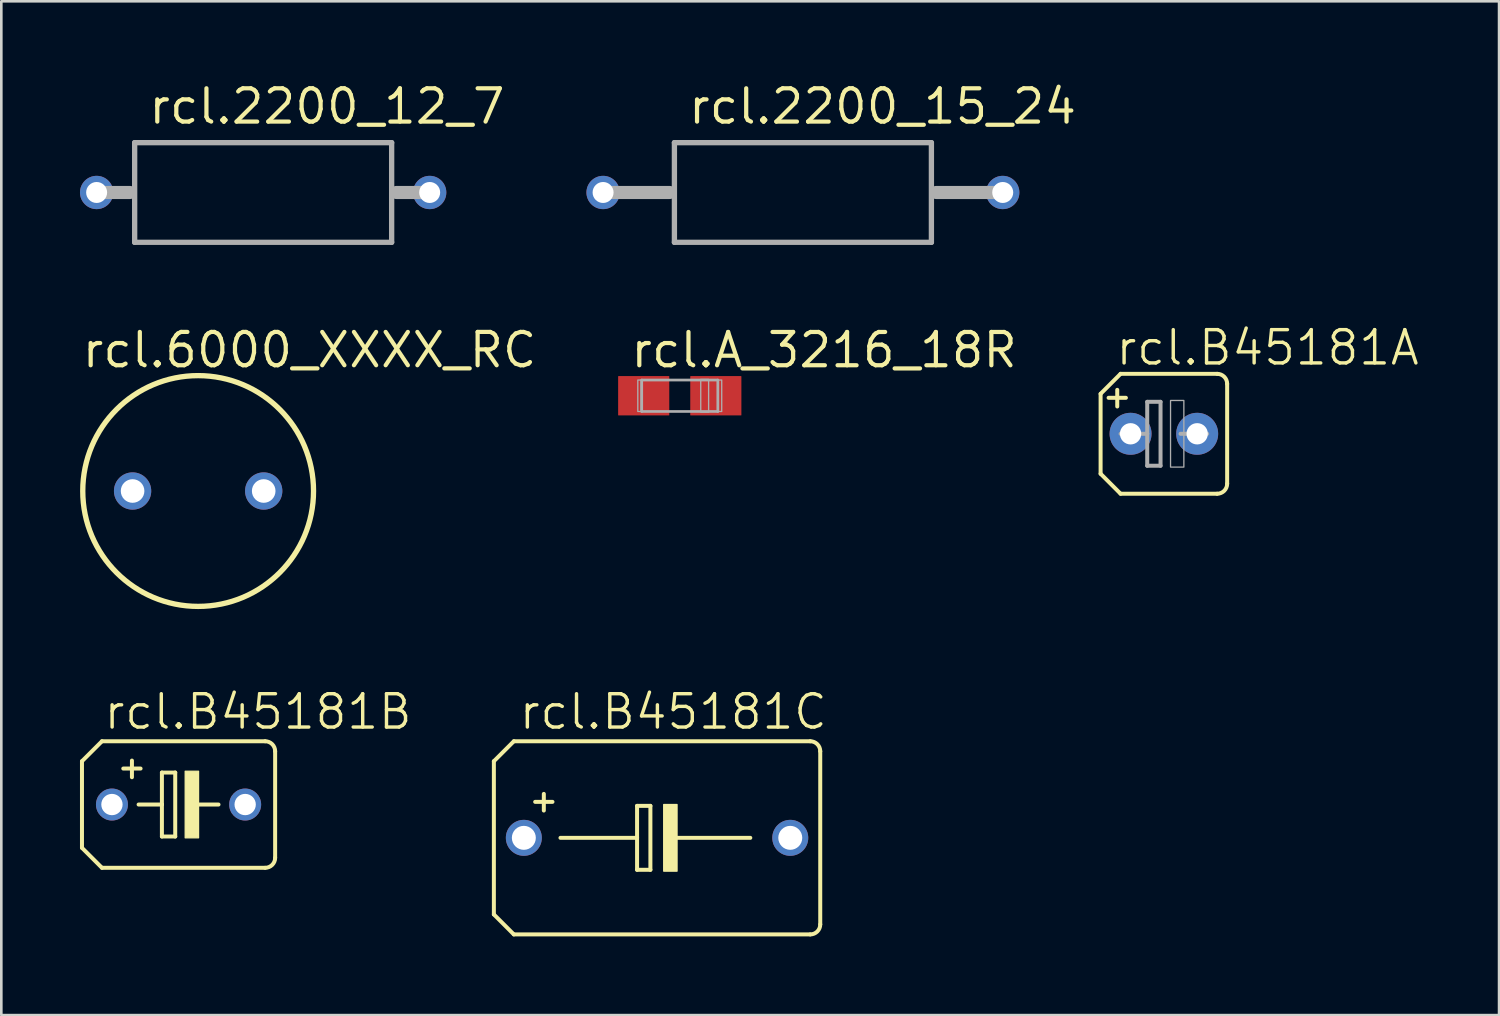
<source format=kicad_pcb>
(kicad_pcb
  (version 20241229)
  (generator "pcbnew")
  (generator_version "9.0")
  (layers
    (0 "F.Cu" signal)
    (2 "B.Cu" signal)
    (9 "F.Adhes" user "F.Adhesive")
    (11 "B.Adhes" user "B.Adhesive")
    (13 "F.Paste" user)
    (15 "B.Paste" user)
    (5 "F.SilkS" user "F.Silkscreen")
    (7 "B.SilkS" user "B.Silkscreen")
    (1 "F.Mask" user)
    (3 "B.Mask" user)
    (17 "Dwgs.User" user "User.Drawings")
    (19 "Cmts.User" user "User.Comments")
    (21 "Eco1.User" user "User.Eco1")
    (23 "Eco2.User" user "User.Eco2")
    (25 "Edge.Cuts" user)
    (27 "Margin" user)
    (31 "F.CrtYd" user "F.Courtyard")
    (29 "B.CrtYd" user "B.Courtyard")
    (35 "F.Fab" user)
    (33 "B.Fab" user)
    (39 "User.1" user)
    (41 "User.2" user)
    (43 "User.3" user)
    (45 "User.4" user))
  (footprint "rcl.B45181C"
    (layer "F.Cu")
    (at 22.006 28.9)
    (property "Reference" "rcl.B45181C" (at -5.334 -4.064 0) (layer "F.SilkS") (effects (font (size 1.27 1.27) (thickness 0.13)) (justify left bottom)))
    (attr through_hole)
    (fp_line (start -6.223 -2.921) (end -6.223 2.921) (stroke (width 0.152) (type default)) (layer "F.SilkS"))
    (fp_line (start -6.223 -2.921) (end -5.461 -3.683) (stroke (width 0.152) (type default)) (layer "F.SilkS"))
    (fp_line (start -5.461 3.683) (end -6.223 2.921) (stroke (width 0.152) (type default)) (layer "F.SilkS"))
    (fp_line (start -5.461 3.683) (end 5.842 3.683) (stroke (width 0.152) (type default)) (layer "F.SilkS"))
    (fp_line (start -4.318 -1.676) (end -4.318 -1.041) (stroke (width 0.152) (type default)) (layer "F.SilkS"))
    (fp_line (start -3.988 -1.372) (end -4.648 -1.372) (stroke (width 0.152) (type default)) (layer "F.SilkS"))
    (fp_line (start -3.683 0) (end -0.762 0) (stroke (width 0.152) (type default)) (layer "F.SilkS"))
    (fp_line (start -0.762 -1.219) (end -0.762 0) (stroke (width 0.152) (type default)) (layer "F.SilkS"))
    (fp_line (start -0.762 0) (end -0.762 1.219) (stroke (width 0.152) (type default)) (layer "F.SilkS"))
    (fp_line (start -0.762 1.219) (end -0.254 1.219) (stroke (width 0.152) (type default)) (layer "F.SilkS"))
    (fp_line (start -0.254 -1.219) (end -0.762 -1.219) (stroke (width 0.152) (type default)) (layer "F.SilkS"))
    (fp_line (start -0.254 1.219) (end -0.254 -1.219) (stroke (width 0.152) (type default)) (layer "F.SilkS"))
    (fp_line (start 0.635 0) (end 3.556 0) (stroke (width 0.152) (type default)) (layer "F.SilkS"))
    (fp_line (start 5.842 -3.683) (end -5.461 -3.683) (stroke (width 0.152) (type default)) (layer "F.SilkS"))
    (fp_line (start 6.223 -3.302) (end 6.223 3.302) (stroke (width 0.152) (type default)) (layer "F.SilkS"))
    (fp_rect (start 0.254 1.27) (end 0.762 -1.27) (stroke (width 0.05) (type default)) (fill yes) (layer "F.SilkS"))
    (fp_arc (start 5.842 -3.683) (mid 6.111408 -3.571408) (end 6.223 -3.302) (stroke (width 0.1524) (type default)) (layer "F.SilkS"))
    (fp_arc (start 6.223 3.302) (mid 6.111408 3.571408) (end 5.842 3.683) (stroke (width 0.1524) (type default)) (layer "F.SilkS"))
    (pad "+" thru_hole circle (at -5.08 0) (size 1.372 1.372) (drill 0.914) (layers "*.Cu" "*.Mask"))
    (pad "-" thru_hole circle (at 5.08 0) (size 1.372 1.372) (drill 0.914) (layers "*.Cu" "*.Mask")))
  (footprint "rcl.B45181B"
    (layer "F.Cu")
    (at 3.759 27.63)
    (property "Reference" "rcl.B45181B" (at -2.921 -2.794 0) (layer "F.SilkS") (effects (font (size 1.27 1.27) (thickness 0.13)) (justify left bottom)))
    (attr through_hole)
    (fp_line (start -3.683 -1.651) (end -3.683 1.651) (stroke (width 0.152) (type default)) (layer "F.SilkS"))
    (fp_line (start -3.683 -1.651) (end -2.921 -2.413) (stroke (width 0.152) (type default)) (layer "F.SilkS"))
    (fp_line (start -2.921 2.413) (end -3.683 1.651) (stroke (width 0.152) (type default)) (layer "F.SilkS"))
    (fp_line (start -2.921 2.413) (end 3.302 2.413) (stroke (width 0.152) (type default)) (layer "F.SilkS"))
    (fp_line (start -1.778 -1.676) (end -1.778 -1.041) (stroke (width 0.152) (type default)) (layer "F.SilkS"))
    (fp_line (start -1.524 0) (end -0.635 0) (stroke (width 0.152) (type default)) (layer "F.SilkS"))
    (fp_line (start -1.448 -1.372) (end -2.108 -1.372) (stroke (width 0.152) (type default)) (layer "F.SilkS"))
    (fp_line (start -0.635 -1.219) (end -0.635 0) (stroke (width 0.152) (type default)) (layer "F.SilkS"))
    (fp_line (start -0.635 0) (end -0.635 1.219) (stroke (width 0.152) (type default)) (layer "F.SilkS"))
    (fp_line (start -0.635 1.219) (end -0.127 1.219) (stroke (width 0.152) (type default)) (layer "F.SilkS"))
    (fp_line (start -0.127 -1.219) (end -0.635 -1.219) (stroke (width 0.152) (type default)) (layer "F.SilkS"))
    (fp_line (start -0.127 1.219) (end -0.127 -1.219) (stroke (width 0.152) (type default)) (layer "F.SilkS"))
    (fp_line (start 0.635 0) (end 1.524 0) (stroke (width 0.152) (type default)) (layer "F.SilkS"))
    (fp_line (start 3.302 -2.413) (end -2.921 -2.413) (stroke (width 0.152) (type default)) (layer "F.SilkS"))
    (fp_line (start 3.683 -2.032) (end 3.683 2.032) (stroke (width 0.152) (type default)) (layer "F.SilkS"))
    (fp_rect (start 0.254 1.27) (end 0.762 -1.27) (stroke (width 0.05) (type default)) (fill yes) (layer "F.SilkS"))
    (fp_arc (start 3.302 -2.413) (mid 3.571408 -2.301408) (end 3.683 -2.032) (stroke (width 0.1524) (type default)) (layer "F.SilkS"))
    (fp_arc (start 3.683 2.032) (mid 3.571408 2.301408) (end 3.302 2.413) (stroke (width 0.1524) (type default)) (layer "F.SilkS"))
    (pad "+" thru_hole circle (at -2.54 0) (size 1.219 1.219) (drill 0.813) (layers "*.Cu" "*.Mask"))
    (pad "-" thru_hole circle (at 2.54 0) (size 1.219 1.219) (drill 0.813) (layers "*.Cu" "*.Mask")))
  (footprint "rcl.A_3216_18R"
    (layer "F.Cu")
    (at 22.872 12.042)
    (property "Reference" "rcl.A_3216_18R" (at -1.95 -1 0) (layer "F.SilkS") (effects (font (size 1.27 1.27) (thickness 0.16)) (justify left bottom)))
    (attr smd)
    (fp_line (start -1.45 -0.6) (end 1.45 -0.6) (stroke (width 0.102) (type default)) (layer "F.Fab"))
    (fp_line (start -1.45 0.6) (end -1.45 -0.6) (stroke (width 0.102) (type default)) (layer "F.Fab"))
    (fp_line (start 1.45 -0.6) (end 1.45 0.6) (stroke (width 0.102) (type default)) (layer "F.Fab"))
    (fp_line (start 1.45 0.6) (end -1.45 0.6) (stroke (width 0.102) (type default)) (layer "F.Fab"))
    (fp_rect (start -1.6 0.6) (end -1.475 -0.6) (stroke (width 0.05) (type default)) (fill no) (layer "F.Fab"))
    (fp_rect (start 0.8 0.625) (end 1.1 -0.625) (stroke (width 0.05) (type default)) (fill no) (layer "F.Fab"))
    (fp_rect (start 1.475 0.6) (end 1.6 -0.6) (stroke (width 0.05) (type default)) (fill no) (layer "F.Fab"))
    (pad "+" smd roundrect (at 1.375 0) (size 1.95 1.5) (layers "F.Cu" "F.Mask" "F.Paste") (roundrect_rratio 0.01))
    (pad "-" smd roundrect (at -1.375 0) (size 1.95 1.5) (layers "F.Cu" "F.Mask" "F.Paste") (roundrect_rratio 0.01)))
  (footprint "rcl.6000_XXXX_RC"
    (layer "F.Cu")
    (at 4.506 15.674)
    (property "Reference" "rcl.6000_XXXX_RC" (at -4.506 -4.633 0) (layer "F.SilkS") (effects (font (size 1.27 1.27) (thickness 0.16)) (justify left bottom)))
    (attr through_hole)
    (fp_circle (center 0 0) (end 4.4 0) (stroke (width 0.203) (type default)) (fill no) (layer "F.SilkS"))
    (pad "1" thru_hole circle (at -2.5 0) (size 1.422 1.422) (drill 0.9) (layers "*.Cu" "*.Mask"))
    (pad "2" thru_hole circle (at 2.5 0) (size 1.422 1.422) (drill 0.9) (layers "*.Cu" "*.Mask")))
  (footprint "rcl.B45181A"
    (layer "F.Cu")
    (at 41.333 13.492)
    (property "Reference" "rcl.B45181A" (at -1.905 -2.54 0) (layer "F.SilkS") (effects (font (size 1.27 1.27) (thickness 0.13)) (justify left bottom)))
    (attr through_hole)
    (fp_line (start -2.413 -1.524) (end -2.413 1.524) (stroke (width 0.152) (type default)) (layer "F.SilkS"))
    (fp_line (start -2.413 -1.524) (end -1.651 -2.286) (stroke (width 0.152) (type default)) (layer "F.SilkS"))
    (fp_line (start -1.778 -1.676) (end -1.778 -1.041) (stroke (width 0.152) (type default)) (layer "F.SilkS"))
    (fp_line (start -1.651 2.286) (end -2.413 1.524) (stroke (width 0.152) (type default)) (layer "F.SilkS"))
    (fp_line (start -1.651 2.286) (end 2.032 2.286) (stroke (width 0.152) (type default)) (layer "F.SilkS"))
    (fp_line (start -1.448 -1.372) (end -2.108 -1.372) (stroke (width 0.152) (type default)) (layer "F.SilkS"))
    (fp_line (start 2.032 -2.286) (end -1.651 -2.286) (stroke (width 0.152) (type default)) (layer "F.SilkS"))
    (fp_line (start 2.413 -1.905) (end 2.413 1.905) (stroke (width 0.152) (type default)) (layer "F.SilkS"))
    (fp_arc (start 2.032 -2.286) (mid 2.301408 -2.174408) (end 2.413 -1.905) (stroke (width 0.1524) (type default)) (layer "F.SilkS"))
    (fp_arc (start 2.413 1.905) (mid 2.301408 2.174408) (end 2.032 2.286) (stroke (width 0.1524) (type default)) (layer "F.SilkS"))
    (fp_line (start -1.651 0) (end -0.635 0) (stroke (width 0.152) (type default)) (layer "F.Fab"))
    (fp_line (start -0.635 -1.219) (end -0.635 0) (stroke (width 0.152) (type default)) (layer "F.Fab"))
    (fp_line (start -0.635 0) (end -0.635 1.219) (stroke (width 0.152) (type default)) (layer "F.Fab"))
    (fp_line (start -0.635 1.219) (end -0.127 1.219) (stroke (width 0.152) (type default)) (layer "F.Fab"))
    (fp_line (start -0.127 -1.219) (end -0.635 -1.219) (stroke (width 0.152) (type default)) (layer "F.Fab"))
    (fp_line (start -0.127 1.219) (end -0.127 -1.219) (stroke (width 0.152) (type default)) (layer "F.Fab"))
    (fp_line (start 0.635 0) (end 1.651 0) (stroke (width 0.152) (type default)) (layer "F.Fab"))
    (fp_rect (start 0.254 1.27) (end 0.762 -1.27) (stroke (width 0.05) (type default)) (fill no) (layer "F.Fab"))
    (pad "+" thru_hole circle (at -1.27 0) (size 1.6 1.6) (drill 0.813) (layers "*.Cu" "*.Mask"))
    (pad "-" thru_hole circle (at 1.27 0) (size 1.6 1.6) (drill 0.813) (layers "*.Cu" "*.Mask")))
  (footprint "rcl.2200_15_24"
    (layer "F.Cu")
    (at 27.568 4.29)
    (property "Reference" "rcl.2200_15_24" (at -4.445 -2.54 0) (layer "F.SilkS") (effects (font (size 1.27 1.27) (thickness 0.16)) (justify left bottom)))
    (attr through_hole)
    (fp_line (start -7.62 0) (end -5.08 0) (stroke (width 0.5) (type default)) (layer "F.Fab"))
    (fp_line (start -4.9 -1.9) (end 4.9 -1.9) (stroke (width 0.203) (type default)) (layer "F.Fab"))
    (fp_line (start -4.9 1.9) (end -4.9 -1.9) (stroke (width 0.203) (type default)) (layer "F.Fab"))
    (fp_line (start 4.9 -1.9) (end 4.9 1.9) (stroke (width 0.203) (type default)) (layer "F.Fab"))
    (fp_line (start 4.9 1.9) (end -4.9 1.9) (stroke (width 0.203) (type default)) (layer "F.Fab"))
    (fp_line (start 7.62 0) (end 5.08 0) (stroke (width 0.5) (type default)) (layer "F.Fab"))
    (pad "1" thru_hole circle (at -7.62 0) (size 1.27 1.27) (drill 0.8) (layers "*.Cu" "*.Mask"))
    (pad "2" thru_hole circle (at 7.62 0) (size 1.27 1.27) (drill 0.8) (layers "*.Cu" "*.Mask")))
  (footprint "rcl.2200_12_7"
    (layer "F.Cu")
    (at 6.985 4.29)
    (property "Reference" "rcl.2200_12_7" (at -4.445 -2.54 0) (layer "F.SilkS") (effects (font (size 1.27 1.27) (thickness 0.16)) (justify left bottom)))
    (attr through_hole)
    (fp_line (start -6.35 0) (end -5.08 0) (stroke (width 0.5) (type default)) (layer "F.Fab"))
    (fp_line (start -4.9 -1.9) (end 4.9 -1.9) (stroke (width 0.203) (type default)) (layer "F.Fab"))
    (fp_line (start -4.9 1.9) (end -4.9 -1.9) (stroke (width 0.203) (type default)) (layer "F.Fab"))
    (fp_line (start 4.9 -1.9) (end 4.9 1.9) (stroke (width 0.203) (type default)) (layer "F.Fab"))
    (fp_line (start 4.9 1.9) (end -4.9 1.9) (stroke (width 0.203) (type default)) (layer "F.Fab"))
    (fp_line (start 6.35 0) (end 5.08 0) (stroke (width 0.5) (type default)) (layer "F.Fab"))
    (pad "1" thru_hole circle (at -6.35 0) (size 1.27 1.27) (drill 0.8) (layers "*.Cu" "*.Mask"))
    (pad "2" thru_hole circle (at 6.35 0) (size 1.27 1.27) (drill 0.8) (layers "*.Cu" "*.Mask")))
  (gr_rect
    (start -3 -3)
    (end 54.115 35.659)
    (stroke (width 0.1) (type default))
    (fill no)
    (layer "Edge.Cuts")))
</source>
